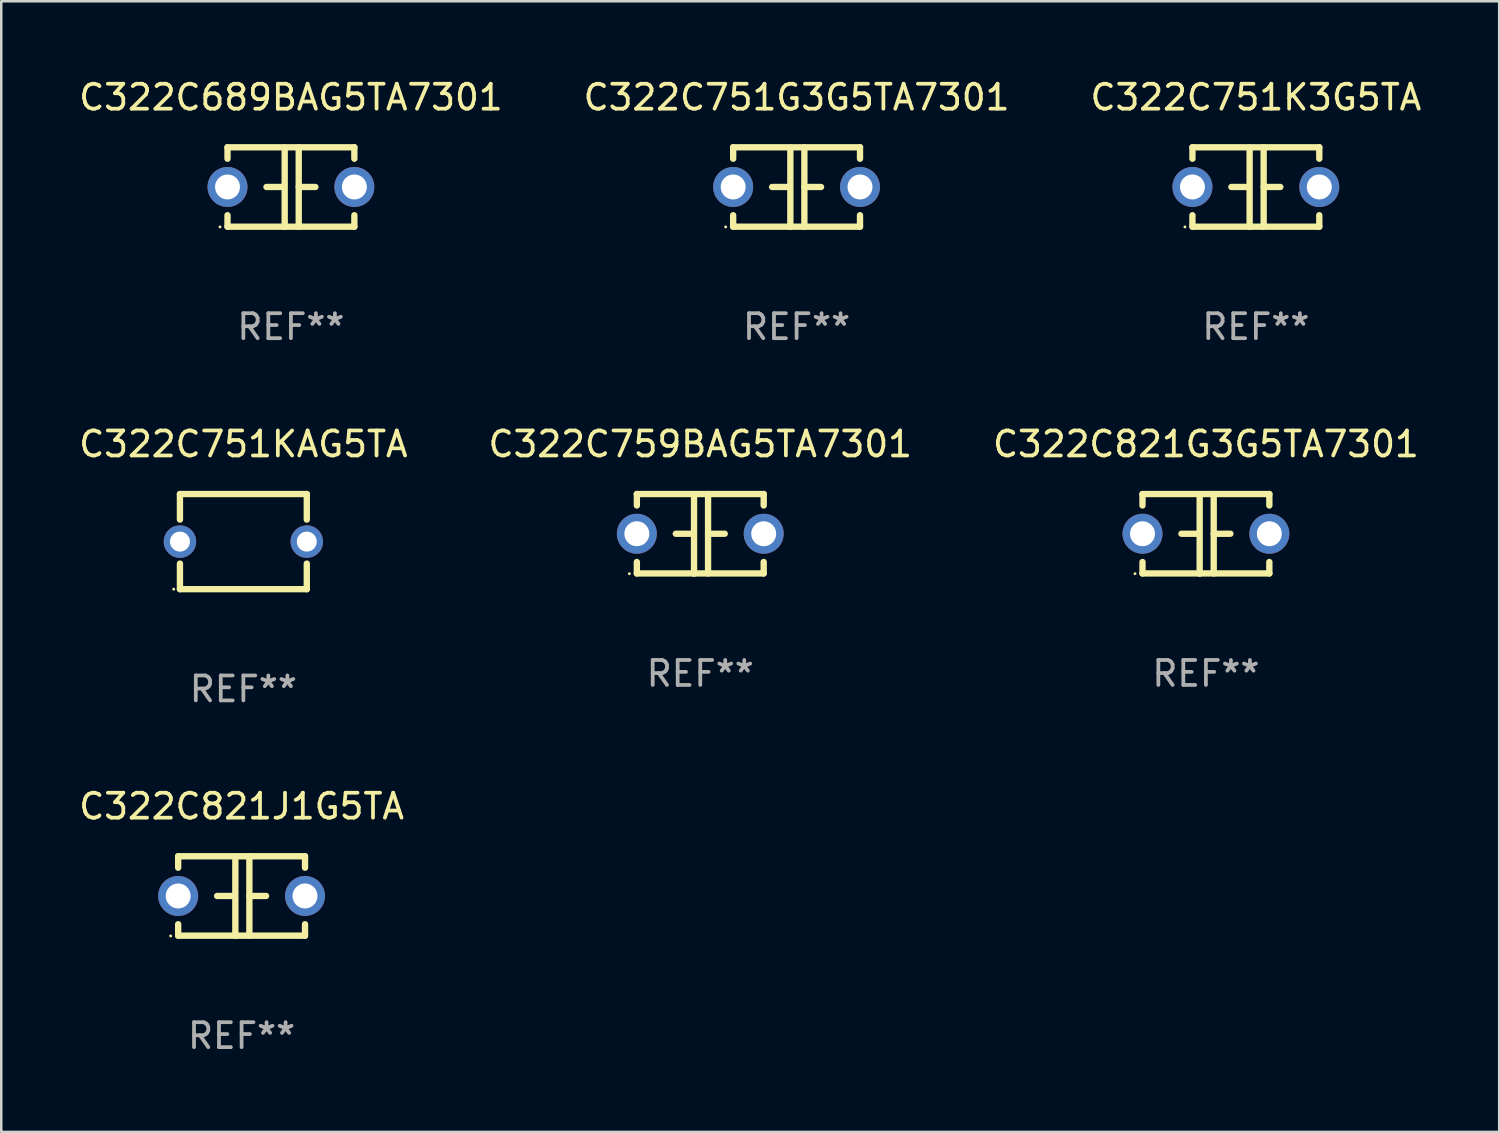
<source format=kicad_pcb>
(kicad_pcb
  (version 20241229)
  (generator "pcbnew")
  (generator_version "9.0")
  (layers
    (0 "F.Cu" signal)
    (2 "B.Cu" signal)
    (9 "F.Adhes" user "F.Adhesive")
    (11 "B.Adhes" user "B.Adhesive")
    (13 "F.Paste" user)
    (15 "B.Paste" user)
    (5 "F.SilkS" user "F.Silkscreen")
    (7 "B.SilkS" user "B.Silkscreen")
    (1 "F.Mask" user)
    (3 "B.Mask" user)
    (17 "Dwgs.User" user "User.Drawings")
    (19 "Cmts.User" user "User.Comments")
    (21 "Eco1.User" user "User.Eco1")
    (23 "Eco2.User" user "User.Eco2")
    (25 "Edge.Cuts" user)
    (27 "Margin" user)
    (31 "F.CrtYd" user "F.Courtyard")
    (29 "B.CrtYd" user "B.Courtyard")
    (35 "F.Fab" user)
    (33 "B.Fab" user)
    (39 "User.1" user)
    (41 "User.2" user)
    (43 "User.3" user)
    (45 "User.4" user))
  (footprint "C322C821G3G5TA7301"
    (layer "F.Cu")
    (at 45.244 18.33)
    (property "Reference" "C322C821G3G5TA7301" (at 0 -3.595 0) (layer "F.SilkS") (effects (font (size 1 1) (thickness 0.15))))
    (attr through_hole)
    (fp_line (start -2.54 -1.595) (end -2.54 -1.136) (stroke (width 0.254) (type solid)) (layer "F.SilkS"))
    (fp_line (start -2.54 -1.595) (end 2.54 -1.595) (stroke (width 0.254) (type solid)) (layer "F.SilkS"))
    (fp_line (start -2.54 1.126) (end -2.54 1.585) (stroke (width 0.254) (type solid)) (layer "F.SilkS"))
    (fp_line (start -0.312 -0.005) (end -0.98 -0.005) (stroke (width 0.254) (type solid)) (layer "F.SilkS"))
    (fp_line (start -0.25 -1.585) (end -0.25 1.595) (stroke (width 0.254) (type solid)) (layer "F.SilkS"))
    (fp_line (start 0.312 -1.595) (end 0.312 1.585) (stroke (width 0.254) (type solid)) (layer "F.SilkS"))
    (fp_line (start 0.312 -0.005) (end 0.98 -0.005) (stroke (width 0.254) (type solid)) (layer "F.SilkS"))
    (fp_line (start 2.54 -1.595) (end 2.54 -1.136) (stroke (width 0.254) (type solid)) (layer "F.SilkS"))
    (fp_line (start 2.54 1.126) (end 2.54 1.585) (stroke (width 0.254) (type solid)) (layer "F.SilkS"))
    (fp_line (start 2.54 1.585) (end -2.54 1.585) (stroke (width 0.254) (type solid)) (layer "F.SilkS"))
    (fp_circle (center -2.84 1.595) (end -2.81 1.595) (stroke (width 0.06) (type solid)) (fill no) (layer "F.SilkS"))
    (fp_text user "REF**" (at 0 5.595 0) (layer "F.Fab") (effects (font (size 1 1) (thickness 0.15))))
    (pad "1" thru_hole circle (at -2.54 -0.005) (size 1.6 1.6) (drill 1) (layers "*.Cu" "*.Mask"))
    (pad "2" thru_hole circle (at 2.54 -0.005) (size 1.6 1.6) (drill 1) (layers "*.Cu" "*.Mask")))
  (footprint "C322C759BAG5TA7301"
    (layer "F.Cu")
    (at 24.994 18.33)
    (property "Reference" "C322C759BAG5TA7301" (at 0 -3.595 0) (layer "F.SilkS") (effects (font (size 1 1) (thickness 0.15))))
    (attr through_hole)
    (fp_line (start -2.54 -1.595) (end -2.54 -1.136) (stroke (width 0.254) (type solid)) (layer "F.SilkS"))
    (fp_line (start -2.54 -1.595) (end 2.54 -1.595) (stroke (width 0.254) (type solid)) (layer "F.SilkS"))
    (fp_line (start -2.54 1.126) (end -2.54 1.585) (stroke (width 0.254) (type solid)) (layer "F.SilkS"))
    (fp_line (start -0.312 -0.005) (end -0.98 -0.005) (stroke (width 0.254) (type solid)) (layer "F.SilkS"))
    (fp_line (start -0.25 -1.585) (end -0.25 1.595) (stroke (width 0.254) (type solid)) (layer "F.SilkS"))
    (fp_line (start 0.312 -1.595) (end 0.312 1.585) (stroke (width 0.254) (type solid)) (layer "F.SilkS"))
    (fp_line (start 0.312 -0.005) (end 0.98 -0.005) (stroke (width 0.254) (type solid)) (layer "F.SilkS"))
    (fp_line (start 2.54 -1.595) (end 2.54 -1.136) (stroke (width 0.254) (type solid)) (layer "F.SilkS"))
    (fp_line (start 2.54 1.126) (end 2.54 1.585) (stroke (width 0.254) (type solid)) (layer "F.SilkS"))
    (fp_line (start 2.54 1.585) (end -2.54 1.585) (stroke (width 0.254) (type solid)) (layer "F.SilkS"))
    (fp_circle (center -2.84 1.595) (end -2.81 1.595) (stroke (width 0.06) (type solid)) (fill no) (layer "F.SilkS"))
    (fp_text user "REF**" (at 0 5.595 0) (layer "F.Fab") (effects (font (size 1 1) (thickness 0.15))))
    (pad "1" thru_hole circle (at -2.54 -0.005) (size 1.6 1.6) (drill 1) (layers "*.Cu" "*.Mask"))
    (pad "2" thru_hole circle (at 2.54 -0.005) (size 1.6 1.6) (drill 1) (layers "*.Cu" "*.Mask")))
  (footprint "C322C821J1G5TA"
    (layer "F.Cu")
    (at 6.625 32.836)
    (property "Reference" "C322C821J1G5TA" (at 0 -3.595 0) (layer "F.SilkS") (effects (font (size 1 1) (thickness 0.15))))
    (attr through_hole)
    (fp_line (start -2.54 -1.595) (end -2.54 -1.136) (stroke (width 0.254) (type solid)) (layer "F.SilkS"))
    (fp_line (start -2.54 -1.595) (end 2.54 -1.595) (stroke (width 0.254) (type solid)) (layer "F.SilkS"))
    (fp_line (start -2.54 1.126) (end -2.54 1.585) (stroke (width 0.254) (type solid)) (layer "F.SilkS"))
    (fp_line (start -0.312 -0.005) (end -0.98 -0.005) (stroke (width 0.254) (type solid)) (layer "F.SilkS"))
    (fp_line (start -0.25 -1.585) (end -0.25 1.595) (stroke (width 0.254) (type solid)) (layer "F.SilkS"))
    (fp_line (start 0.312 -1.595) (end 0.312 1.585) (stroke (width 0.254) (type solid)) (layer "F.SilkS"))
    (fp_line (start 0.312 -0.005) (end 0.98 -0.005) (stroke (width 0.254) (type solid)) (layer "F.SilkS"))
    (fp_line (start 2.54 -1.595) (end 2.54 -1.136) (stroke (width 0.254) (type solid)) (layer "F.SilkS"))
    (fp_line (start 2.54 1.126) (end 2.54 1.585) (stroke (width 0.254) (type solid)) (layer "F.SilkS"))
    (fp_line (start 2.54 1.585) (end -2.54 1.585) (stroke (width 0.254) (type solid)) (layer "F.SilkS"))
    (fp_circle (center -2.84 1.595) (end -2.81 1.595) (stroke (width 0.06) (type solid)) (fill no) (layer "F.SilkS"))
    (fp_text user "REF**" (at 0 5.595 0) (layer "F.Fab") (effects (font (size 1 1) (thickness 0.15))))
    (pad "1" thru_hole circle (at -2.54 -0.005) (size 1.6 1.6) (drill 1) (layers "*.Cu" "*.Mask"))
    (pad "2" thru_hole circle (at 2.54 -0.005) (size 1.6 1.6) (drill 1) (layers "*.Cu" "*.Mask")))
  (footprint "C322C751G3G5TA7301"
    (layer "F.Cu")
    (at 28.851 4.443)
    (property "Reference" "C322C751G3G5TA7301" (at 0 -3.595 0) (layer "F.SilkS") (effects (font (size 1 1) (thickness 0.15))))
    (attr through_hole)
    (fp_line (start -2.54 -1.595) (end -2.54 -1.136) (stroke (width 0.254) (type solid)) (layer "F.SilkS"))
    (fp_line (start -2.54 -1.595) (end 2.54 -1.595) (stroke (width 0.254) (type solid)) (layer "F.SilkS"))
    (fp_line (start -2.54 1.126) (end -2.54 1.585) (stroke (width 0.254) (type solid)) (layer "F.SilkS"))
    (fp_line (start -0.312 -0.005) (end -0.98 -0.005) (stroke (width 0.254) (type solid)) (layer "F.SilkS"))
    (fp_line (start -0.25 -1.585) (end -0.25 1.595) (stroke (width 0.254) (type solid)) (layer "F.SilkS"))
    (fp_line (start 0.312 -1.595) (end 0.312 1.585) (stroke (width 0.254) (type solid)) (layer "F.SilkS"))
    (fp_line (start 0.312 -0.005) (end 0.98 -0.005) (stroke (width 0.254) (type solid)) (layer "F.SilkS"))
    (fp_line (start 2.54 -1.595) (end 2.54 -1.136) (stroke (width 0.254) (type solid)) (layer "F.SilkS"))
    (fp_line (start 2.54 1.126) (end 2.54 1.585) (stroke (width 0.254) (type solid)) (layer "F.SilkS"))
    (fp_line (start 2.54 1.585) (end -2.54 1.585) (stroke (width 0.254) (type solid)) (layer "F.SilkS"))
    (fp_circle (center -2.84 1.595) (end -2.81 1.595) (stroke (width 0.06) (type solid)) (fill no) (layer "F.SilkS"))
    (fp_text user "REF**" (at 0 5.595 0) (layer "F.Fab") (effects (font (size 1 1) (thickness 0.15))))
    (pad "1" thru_hole circle (at -2.54 -0.005) (size 1.6 1.6) (drill 1) (layers "*.Cu" "*.Mask"))
    (pad "2" thru_hole circle (at 2.54 -0.005) (size 1.6 1.6) (drill 1) (layers "*.Cu" "*.Mask")))
  (footprint "C322C751K3G5TA"
    (layer "F.Cu")
    (at 47.244 4.443)
    (property "Reference" "C322C751K3G5TA" (at 0 -3.595 0) (layer "F.SilkS") (effects (font (size 1 1) (thickness 0.15))))
    (attr through_hole)
    (fp_line (start -2.54 -1.595) (end -2.54 -1.136) (stroke (width 0.254) (type solid)) (layer "F.SilkS"))
    (fp_line (start -2.54 -1.595) (end 2.54 -1.595) (stroke (width 0.254) (type solid)) (layer "F.SilkS"))
    (fp_line (start -2.54 1.126) (end -2.54 1.585) (stroke (width 0.254) (type solid)) (layer "F.SilkS"))
    (fp_line (start -0.312 -0.005) (end -0.98 -0.005) (stroke (width 0.254) (type solid)) (layer "F.SilkS"))
    (fp_line (start -0.25 -1.585) (end -0.25 1.595) (stroke (width 0.254) (type solid)) (layer "F.SilkS"))
    (fp_line (start 0.312 -1.595) (end 0.312 1.585) (stroke (width 0.254) (type solid)) (layer "F.SilkS"))
    (fp_line (start 0.312 -0.005) (end 0.98 -0.005) (stroke (width 0.254) (type solid)) (layer "F.SilkS"))
    (fp_line (start 2.54 -1.595) (end 2.54 -1.136) (stroke (width 0.254) (type solid)) (layer "F.SilkS"))
    (fp_line (start 2.54 1.126) (end 2.54 1.585) (stroke (width 0.254) (type solid)) (layer "F.SilkS"))
    (fp_line (start 2.54 1.585) (end -2.54 1.585) (stroke (width 0.254) (type solid)) (layer "F.SilkS"))
    (fp_circle (center -2.84 1.595) (end -2.81 1.595) (stroke (width 0.06) (type solid)) (fill no) (layer "F.SilkS"))
    (fp_text user "REF**" (at 0 5.595 0) (layer "F.Fab") (effects (font (size 1 1) (thickness 0.15))))
    (pad "1" thru_hole circle (at -2.54 -0.005) (size 1.6 1.6) (drill 1) (layers "*.Cu" "*.Mask"))
    (pad "2" thru_hole circle (at 2.54 -0.005) (size 1.6 1.6) (drill 1) (layers "*.Cu" "*.Mask")))
  (footprint "C322C689BAG5TA7301"
    (layer "F.Cu")
    (at 8.601 4.443)
    (property "Reference" "C322C689BAG5TA7301" (at 0 -3.595 0) (layer "F.SilkS") (effects (font (size 1 1) (thickness 0.15))))
    (attr through_hole)
    (fp_line (start -2.54 -1.595) (end -2.54 -1.136) (stroke (width 0.254) (type solid)) (layer "F.SilkS"))
    (fp_line (start -2.54 -1.595) (end 2.54 -1.595) (stroke (width 0.254) (type solid)) (layer "F.SilkS"))
    (fp_line (start -2.54 1.126) (end -2.54 1.585) (stroke (width 0.254) (type solid)) (layer "F.SilkS"))
    (fp_line (start -0.312 -0.005) (end -0.98 -0.005) (stroke (width 0.254) (type solid)) (layer "F.SilkS"))
    (fp_line (start -0.25 -1.585) (end -0.25 1.595) (stroke (width 0.254) (type solid)) (layer "F.SilkS"))
    (fp_line (start 0.312 -1.595) (end 0.312 1.585) (stroke (width 0.254) (type solid)) (layer "F.SilkS"))
    (fp_line (start 0.312 -0.005) (end 0.98 -0.005) (stroke (width 0.254) (type solid)) (layer "F.SilkS"))
    (fp_line (start 2.54 -1.595) (end 2.54 -1.136) (stroke (width 0.254) (type solid)) (layer "F.SilkS"))
    (fp_line (start 2.54 1.126) (end 2.54 1.585) (stroke (width 0.254) (type solid)) (layer "F.SilkS"))
    (fp_line (start 2.54 1.585) (end -2.54 1.585) (stroke (width 0.254) (type solid)) (layer "F.SilkS"))
    (fp_circle (center -2.84 1.595) (end -2.81 1.595) (stroke (width 0.06) (type solid)) (fill no) (layer "F.SilkS"))
    (fp_text user "REF**" (at 0 5.595 0) (layer "F.Fab") (effects (font (size 1 1) (thickness 0.15))))
    (pad "1" thru_hole circle (at -2.54 -0.005) (size 1.6 1.6) (drill 1) (layers "*.Cu" "*.Mask"))
    (pad "2" thru_hole circle (at 2.54 -0.005) (size 1.6 1.6) (drill 1) (layers "*.Cu" "*.Mask")))
  (footprint "C322C751KAG5TA"
    (layer "F.Cu")
    (at 6.696 18.64)
    (property "Reference" "C322C751KAG5TA" (at 0 -3.905 0) (layer "F.SilkS") (effects (font (size 1 1) (thickness 0.15))))
    (attr through_hole)
    (fp_line (start -2.54 -1.905) (end -2.54 -0.881) (stroke (width 0.254) (type solid)) (layer "F.SilkS"))
    (fp_line (start -2.54 0.881) (end -2.54 1.905) (stroke (width 0.254) (type solid)) (layer "F.SilkS"))
    (fp_line (start -2.54 1.905) (end 2.54 1.905) (stroke (width 0.254) (type solid)) (layer "F.SilkS"))
    (fp_line (start 2.54 -1.905) (end -2.54 -1.905) (stroke (width 0.254) (type solid)) (layer "F.SilkS"))
    (fp_line (start 2.54 -0.881) (end 2.54 -1.905) (stroke (width 0.254) (type solid)) (layer "F.SilkS"))
    (fp_line (start 2.54 1.905) (end 2.54 0.881) (stroke (width 0.254) (type solid)) (layer "F.SilkS"))
    (fp_circle (center -2.79 1.905) (end -2.76 1.905) (stroke (width 0.06) (type solid)) (fill no) (layer "F.SilkS"))
    (fp_text user "REF**" (at 0 5.905 0) (layer "F.Fab") (effects (font (size 1 1) (thickness 0.15))))
    (pad "1" thru_hole circle (at -2.54 0) (size 1.3 1.3) (drill 0.8) (layers "*.Cu" "*.Mask"))
    (pad "2" thru_hole circle (at 2.54 0) (size 1.3 1.3) (drill 0.8) (layers "*.Cu" "*.Mask")))
  (gr_rect
    (start -3 -3)
    (end 56.988 42.279)
    (stroke (width 0.1) (type default))
    (fill no)
    (layer "Edge.Cuts")))
</source>
